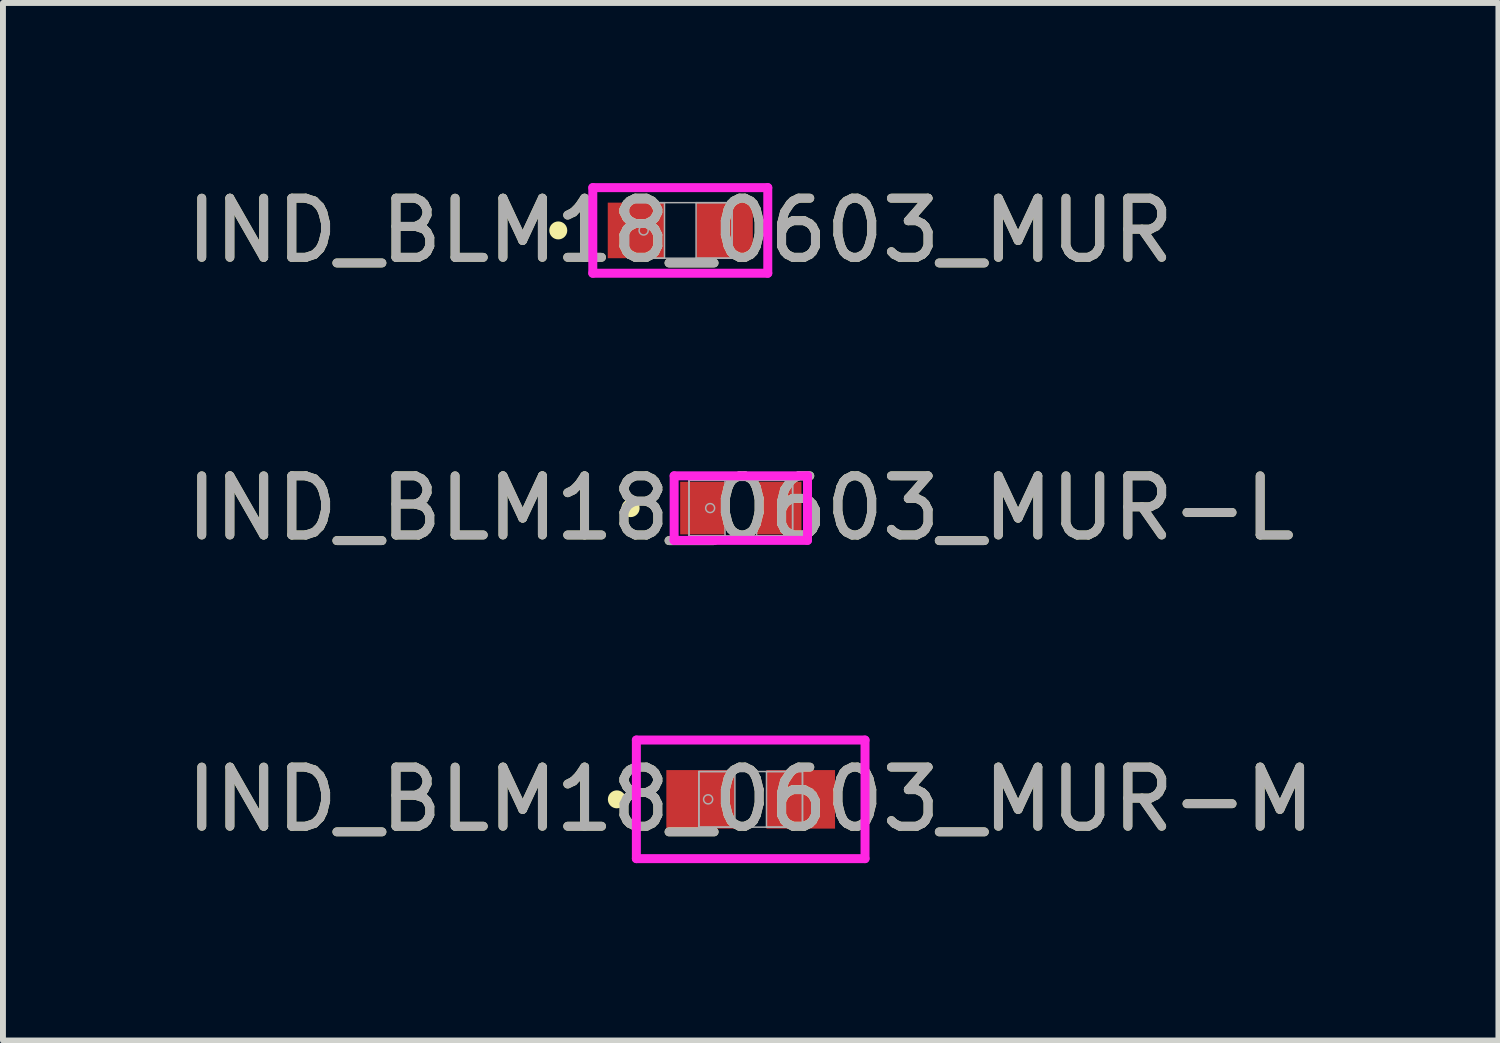
<source format=kicad_pcb>
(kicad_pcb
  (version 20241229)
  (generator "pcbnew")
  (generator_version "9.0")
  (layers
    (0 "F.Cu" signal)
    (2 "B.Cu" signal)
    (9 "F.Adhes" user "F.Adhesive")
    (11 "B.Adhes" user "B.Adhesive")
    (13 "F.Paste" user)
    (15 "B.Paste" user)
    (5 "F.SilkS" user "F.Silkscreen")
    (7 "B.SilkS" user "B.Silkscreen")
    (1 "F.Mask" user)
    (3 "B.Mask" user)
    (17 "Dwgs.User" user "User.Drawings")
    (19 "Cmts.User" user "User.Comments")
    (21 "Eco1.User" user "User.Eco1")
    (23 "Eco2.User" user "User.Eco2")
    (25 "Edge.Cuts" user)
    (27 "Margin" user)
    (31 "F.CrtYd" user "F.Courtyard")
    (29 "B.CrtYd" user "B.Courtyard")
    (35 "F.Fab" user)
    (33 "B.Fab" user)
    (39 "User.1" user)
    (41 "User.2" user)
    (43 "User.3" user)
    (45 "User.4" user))
  (footprint "IND_BLM18_0603_MUR-M"
    (layer "F.Cu")
    (at 9.649 10.472)
    (property "Reference" "IND_BLM18_0603_MUR-M" (at 0 0 0) (unlocked yes) (layer "F.SilkS") (effects (font (size 1 1) (thickness 0.15))))
    (attr smd)
    (fp_circle (center -2.264 0) (end -2.188 0) (stroke (width 0.152) (type solid)) (fill no) (layer "F.SilkS"))
    (fp_line (start -1.934 -1.003) (end 1.934 -1.003) (stroke (width 0.152) (type solid)) (layer "F.CrtYd"))
    (fp_line (start -1.934 1.003) (end -1.934 -1.003) (stroke (width 0.152) (type solid)) (layer "F.CrtYd"))
    (fp_line (start 1.934 -1.003) (end 1.934 1.003) (stroke (width 0.152) (type solid)) (layer "F.CrtYd"))
    (fp_line (start 1.934 1.003) (end -1.934 1.003) (stroke (width 0.152) (type solid)) (layer "F.CrtYd"))
    (fp_line (start -0.876 -0.47) (end -0.876 0.47) (stroke (width 0.025) (type solid)) (layer "F.Fab"))
    (fp_line (start -0.876 -0.47) (end -0.876 0.47) (stroke (width 0.025) (type solid)) (layer "F.Fab"))
    (fp_line (start -0.876 0.47) (end -0.267 0.47) (stroke (width 0.025) (type solid)) (layer "F.Fab"))
    (fp_line (start -0.876 0.47) (end 0.876 0.47) (stroke (width 0.025) (type solid)) (layer "F.Fab"))
    (fp_line (start -0.267 -0.47) (end -0.876 -0.47) (stroke (width 0.025) (type solid)) (layer "F.Fab"))
    (fp_line (start -0.267 0.47) (end -0.267 -0.47) (stroke (width 0.025) (type solid)) (layer "F.Fab"))
    (fp_line (start 0.267 -0.47) (end 0.267 0.47) (stroke (width 0.025) (type solid)) (layer "F.Fab"))
    (fp_line (start 0.267 0.47) (end 0.876 0.47) (stroke (width 0.025) (type solid)) (layer "F.Fab"))
    (fp_line (start 0.876 -0.47) (end -0.876 -0.47) (stroke (width 0.025) (type solid)) (layer "F.Fab"))
    (fp_line (start 0.876 -0.47) (end 0.267 -0.47) (stroke (width 0.025) (type solid)) (layer "F.Fab"))
    (fp_line (start 0.876 0.47) (end 0.876 -0.47) (stroke (width 0.025) (type solid)) (layer "F.Fab"))
    (fp_line (start 0.876 0.47) (end 0.876 -0.47) (stroke (width 0.025) (type solid)) (layer "F.Fab"))
    (fp_circle (center -0.72 0) (end -0.643 0) (stroke (width 0.025) (type solid)) (fill no) (layer "F.Fab"))
    (fp_text user "${REFERENCE}" (at 0 0 0) (unlocked yes) (layer "F.Fab") (effects (font (size 1 1) (thickness 0.15))))
    (pad "1" smd rect (at -0.847 0) (size 1.16 0.99) (layers "F.Cu" "F.Mask" "F.Paste"))
    (pad "2" smd rect (at 0.847 0) (size 1.16 0.99) (layers "F.Cu" "F.Mask" "F.Paste"))
    (zone (net_name "") (layer "F.Cu") (hatch full 0.508) (connect_pads) (min_thickness 0.254) (filled_areas_thickness no) (keepout (tracks not_allowed) (vias not_allowed) (pads allowed) (copperpour not_allowed) (footprints allowed)) (placement (enabled no)) (fill) (polygon (pts (xy 9.433 10.053) (xy 9.865 10.053) (xy 9.865 10.891) (xy 9.433 10.891)))))
  (footprint "IND_BLM18_0603_MUR"
    (layer "F.Cu")
    (at 8.458 0.848)
    (property "Reference" "IND_BLM18_0603_MUR" (at 0 0 0) (unlocked yes) (layer "F.SilkS") (effects (font (size 1 1) (thickness 0.15))))
    (attr smd)
    (fp_circle (center -2.064 0) (end -1.988 0) (stroke (width 0.152) (type solid)) (fill no) (layer "F.SilkS"))
    (fp_line (start -1.48 -0.724) (end 1.48 -0.724) (stroke (width 0.152) (type solid)) (layer "F.CrtYd"))
    (fp_line (start -1.48 0.724) (end -1.48 -0.724) (stroke (width 0.152) (type solid)) (layer "F.CrtYd"))
    (fp_line (start 1.48 -0.724) (end 1.48 0.724) (stroke (width 0.152) (type solid)) (layer "F.CrtYd"))
    (fp_line (start 1.48 0.724) (end -1.48 0.724) (stroke (width 0.152) (type solid)) (layer "F.CrtYd"))
    (fp_line (start -0.876 -0.47) (end -0.876 0.47) (stroke (width 0.025) (type solid)) (layer "F.Fab"))
    (fp_line (start -0.876 -0.47) (end -0.876 0.47) (stroke (width 0.025) (type solid)) (layer "F.Fab"))
    (fp_line (start -0.876 0.47) (end -0.267 0.47) (stroke (width 0.025) (type solid)) (layer "F.Fab"))
    (fp_line (start -0.876 0.47) (end 0.876 0.47) (stroke (width 0.025) (type solid)) (layer "F.Fab"))
    (fp_line (start -0.267 -0.47) (end -0.876 -0.47) (stroke (width 0.025) (type solid)) (layer "F.Fab"))
    (fp_line (start -0.267 0.47) (end -0.267 -0.47) (stroke (width 0.025) (type solid)) (layer "F.Fab"))
    (fp_line (start 0.267 -0.47) (end 0.267 0.47) (stroke (width 0.025) (type solid)) (layer "F.Fab"))
    (fp_line (start 0.267 0.47) (end 0.876 0.47) (stroke (width 0.025) (type solid)) (layer "F.Fab"))
    (fp_line (start 0.876 -0.47) (end -0.876 -0.47) (stroke (width 0.025) (type solid)) (layer "F.Fab"))
    (fp_line (start 0.876 -0.47) (end 0.267 -0.47) (stroke (width 0.025) (type solid)) (layer "F.Fab"))
    (fp_line (start 0.876 0.47) (end 0.876 -0.47) (stroke (width 0.025) (type solid)) (layer "F.Fab"))
    (fp_line (start 0.876 0.47) (end 0.876 -0.47) (stroke (width 0.025) (type solid)) (layer "F.Fab"))
    (fp_circle (center -0.62 0) (end -0.543 0) (stroke (width 0.025) (type solid)) (fill no) (layer "F.Fab"))
    (fp_text user "${REFERENCE}" (at 0 0 0) (unlocked yes) (layer "F.Fab") (effects (font (size 1 1) (thickness 0.15))))
    (pad "1" smd rect (at -0.747 0) (size 0.96 0.94) (layers "F.Cu" "F.Mask" "F.Paste"))
    (pad "2" smd rect (at 0.747 0) (size 0.96 0.94) (layers "F.Cu" "F.Mask" "F.Paste"))
    (zone (net_name "") (layer "F.Cu") (hatch full 0.508) (connect_pads) (min_thickness 0.254) (filled_areas_thickness no) (keepout (tracks not_allowed) (vias not_allowed) (pads allowed) (copperpour not_allowed) (footprints allowed)) (placement (enabled no)) (fill) (polygon (pts (xy 8.242 0.429) (xy 8.674 0.429) (xy 8.674 1.267) (xy 8.242 1.267)))))
  (footprint "IND_BLM18_0603_MUR-L"
    (layer "F.Cu")
    (at 9.482 5.545)
    (property "Reference" "IND_BLM18_0603_MUR-L" (at 0 0 0) (unlocked yes) (layer "F.SilkS") (effects (font (size 1 1) (thickness 0.15))))
    (attr smd)
    (fp_circle (center -1.865 0) (end -1.788 0) (stroke (width 0.152) (type solid)) (fill no) (layer "F.SilkS"))
    (fp_line (start -1.128 -0.546) (end 1.128 -0.546) (stroke (width 0.152) (type solid)) (layer "F.CrtYd"))
    (fp_line (start -1.128 0.546) (end -1.128 -0.546) (stroke (width 0.152) (type solid)) (layer "F.CrtYd"))
    (fp_line (start 1.128 -0.546) (end 1.128 0.546) (stroke (width 0.152) (type solid)) (layer "F.CrtYd"))
    (fp_line (start 1.128 0.546) (end -1.128 0.546) (stroke (width 0.152) (type solid)) (layer "F.CrtYd"))
    (fp_line (start -0.876 -0.47) (end -0.876 0.47) (stroke (width 0.025) (type solid)) (layer "F.Fab"))
    (fp_line (start -0.876 -0.47) (end -0.876 0.47) (stroke (width 0.025) (type solid)) (layer "F.Fab"))
    (fp_line (start -0.876 0.47) (end -0.267 0.47) (stroke (width 0.025) (type solid)) (layer "F.Fab"))
    (fp_line (start -0.876 0.47) (end 0.876 0.47) (stroke (width 0.025) (type solid)) (layer "F.Fab"))
    (fp_line (start -0.267 -0.47) (end -0.876 -0.47) (stroke (width 0.025) (type solid)) (layer "F.Fab"))
    (fp_line (start -0.267 0.47) (end -0.267 -0.47) (stroke (width 0.025) (type solid)) (layer "F.Fab"))
    (fp_line (start 0.267 -0.47) (end 0.267 0.47) (stroke (width 0.025) (type solid)) (layer "F.Fab"))
    (fp_line (start 0.267 0.47) (end 0.876 0.47) (stroke (width 0.025) (type solid)) (layer "F.Fab"))
    (fp_line (start 0.876 -0.47) (end -0.876 -0.47) (stroke (width 0.025) (type solid)) (layer "F.Fab"))
    (fp_line (start 0.876 -0.47) (end 0.267 -0.47) (stroke (width 0.025) (type solid)) (layer "F.Fab"))
    (fp_line (start 0.876 0.47) (end 0.876 -0.47) (stroke (width 0.025) (type solid)) (layer "F.Fab"))
    (fp_line (start 0.876 0.47) (end 0.876 -0.47) (stroke (width 0.025) (type solid)) (layer "F.Fab"))
    (fp_circle (center -0.519 0) (end -0.443 0) (stroke (width 0.025) (type solid)) (fill no) (layer "F.Fab"))
    (fp_text user "${REFERENCE}" (at 0 0 0) (unlocked yes) (layer "F.Fab") (effects (font (size 1 1) (thickness 0.15))))
    (pad "1" smd rect (at -0.646 0) (size 0.76 0.89) (layers "F.Cu" "F.Mask" "F.Paste"))
    (pad "2" smd rect (at 0.646 0) (size 0.76 0.89) (layers "F.Cu" "F.Mask" "F.Paste"))
    (zone (net_name "") (layer "F.Cu") (hatch full 0.508) (connect_pads) (min_thickness 0.254) (filled_areas_thickness no) (keepout (tracks not_allowed) (vias not_allowed) (pads allowed) (copperpour not_allowed) (footprints allowed)) (placement (enabled no)) (fill) (polygon (pts (xy 9.266 5.126) (xy 9.698 5.126) (xy 9.698 5.964) (xy 9.266 5.964)))))
  (gr_rect
    (start -3 -3)
    (end 22.298 14.551)
    (stroke (width 0.1) (type default))
    (fill no)
    (layer "Edge.Cuts")))
</source>
